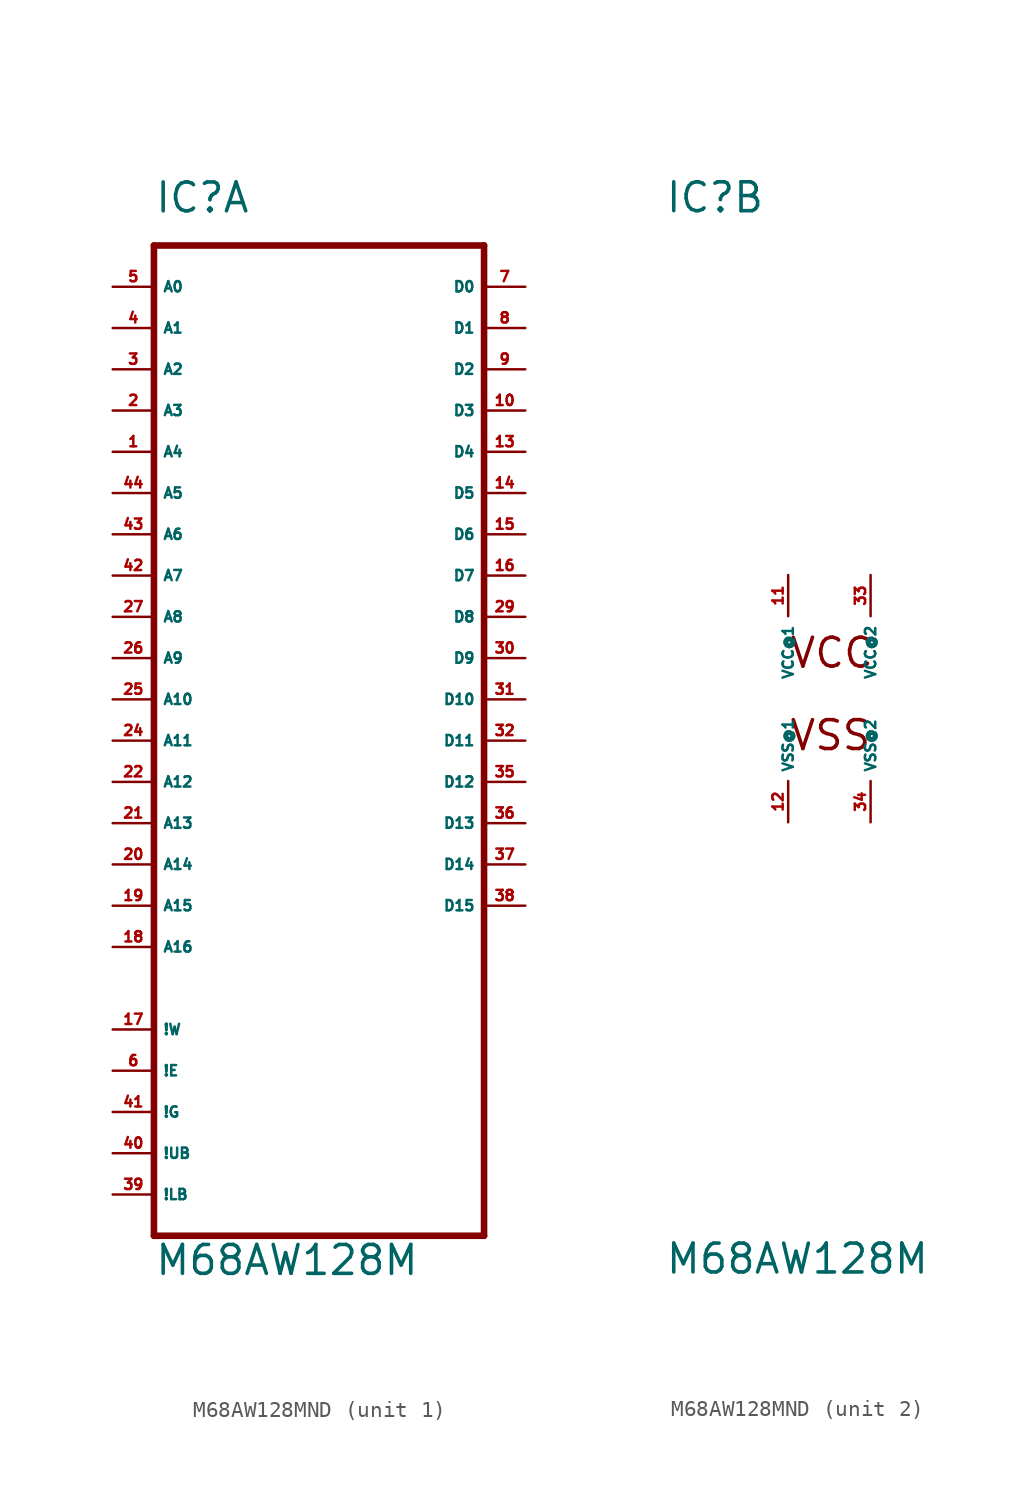
<source format=kicad_sym>
(kicad_symbol_lib
  (version 20220914)
  (generator Eagle2Kicad)
  (symbol "M68AW128MND"
    (property "Reference" "IC"
      (at -10.16 29.845 0)
      (effects (font (size 1.778 1.778) (thickness 0.22)) (justify left bottom)))
    (property "Value" "M68AW128M"
      (at -10.16 -35.56 0)
      (effects (font (size 1.778 1.778) (thickness 0.22)) (justify left bottom)))
    (symbol "M68AW128MND_1_0"
      (polyline (pts (xy -10.16 -33.02) (xy 10.16 -33.02)) (stroke (width 0.406) (type default)) (fill (type none)))
      (polyline (pts (xy 10.16 -33.02) (xy 10.16 27.94)) (stroke (width 0.406) (type default)) (fill (type none)))
      (polyline (pts (xy 10.16 27.94) (xy -10.16 27.94)) (stroke (width 0.406) (type default)) (fill (type none)))
      (polyline (pts (xy -10.16 27.94) (xy -10.16 -33.02)) (stroke (width 0.406) (type default)) (fill (type none)))
      (pin input line (at -12.7 -30.48 0) (length 2.54) (name "!LB" (effects (font (size 0.635 0.635) (thickness 0.08)) (justify left bottom))) (number "39" (effects (font (size 0.635 0.635) (thickness 0.08)) (justify left bottom))))
      (pin input line (at -12.7 -5.08 0) (length 2.54) (name "A12" (effects (font (size 0.635 0.635) (thickness 0.08)) (justify left bottom))) (number "22" (effects (font (size 0.635 0.635) (thickness 0.08)) (justify left bottom))))
      (pin input line (at -12.7 7.62 0) (length 2.54) (name "A7" (effects (font (size 0.635 0.635) (thickness 0.08)) (justify left bottom))) (number "42" (effects (font (size 0.635 0.635) (thickness 0.08)) (justify left bottom))))
      (pin input line (at -12.7 10.16 0) (length 2.54) (name "A6" (effects (font (size 0.635 0.635) (thickness 0.08)) (justify left bottom))) (number "43" (effects (font (size 0.635 0.635) (thickness 0.08)) (justify left bottom))))
      (pin input line (at -12.7 12.7 0) (length 2.54) (name "A5" (effects (font (size 0.635 0.635) (thickness 0.08)) (justify left bottom))) (number "44" (effects (font (size 0.635 0.635) (thickness 0.08)) (justify left bottom))))
      (pin input line (at -12.7 15.24 0) (length 2.54) (name "A4" (effects (font (size 0.635 0.635) (thickness 0.08)) (justify left bottom))) (number "1" (effects (font (size 0.635 0.635) (thickness 0.08)) (justify left bottom))))
      (pin input line (at -12.7 17.78 0) (length 2.54) (name "A3" (effects (font (size 0.635 0.635) (thickness 0.08)) (justify left bottom))) (number "2" (effects (font (size 0.635 0.635) (thickness 0.08)) (justify left bottom))))
      (pin input line (at -12.7 20.32 0) (length 2.54) (name "A2" (effects (font (size 0.635 0.635) (thickness 0.08)) (justify left bottom))) (number "3" (effects (font (size 0.635 0.635) (thickness 0.08)) (justify left bottom))))
      (pin input line (at -12.7 22.86 0) (length 2.54) (name "A1" (effects (font (size 0.635 0.635) (thickness 0.08)) (justify left bottom))) (number "4" (effects (font (size 0.635 0.635) (thickness 0.08)) (justify left bottom))))
      (pin input line (at -12.7 25.4 0) (length 2.54) (name "A0" (effects (font (size 0.635 0.635) (thickness 0.08)) (justify left bottom))) (number "5" (effects (font (size 0.635 0.635) (thickness 0.08)) (justify left bottom))))
      (pin tri_state line (at 12.7 25.4 180) (length 2.54) (name "D0" (effects (font (size 0.635 0.635) (thickness 0.08)) (justify left bottom))) (number "7" (effects (font (size 0.635 0.635) (thickness 0.08)) (justify left bottom))))
      (pin input line (at -12.7 -22.86 0) (length 2.54) (name "!E" (effects (font (size 0.635 0.635) (thickness 0.08)) (justify left bottom))) (number "6" (effects (font (size 0.635 0.635) (thickness 0.08)) (justify left bottom))))
      (pin input line (at -12.7 0 0) (length 2.54) (name "A10" (effects (font (size 0.635 0.635) (thickness 0.08)) (justify left bottom))) (number "25" (effects (font (size 0.635 0.635) (thickness 0.08)) (justify left bottom))))
      (pin input line (at -12.7 -27.94 0) (length 2.54) (name "!UB" (effects (font (size 0.635 0.635) (thickness 0.08)) (justify left bottom))) (number "40" (effects (font (size 0.635 0.635) (thickness 0.08)) (justify left bottom))))
      (pin input line (at -12.7 -2.54 0) (length 2.54) (name "A11" (effects (font (size 0.635 0.635) (thickness 0.08)) (justify left bottom))) (number "24" (effects (font (size 0.635 0.635) (thickness 0.08)) (justify left bottom))))
      (pin input line (at -12.7 2.54 0) (length 2.54) (name "A9" (effects (font (size 0.635 0.635) (thickness 0.08)) (justify left bottom))) (number "26" (effects (font (size 0.635 0.635) (thickness 0.08)) (justify left bottom))))
      (pin input line (at -12.7 5.08 0) (length 2.54) (name "A8" (effects (font (size 0.635 0.635) (thickness 0.08)) (justify left bottom))) (number "27" (effects (font (size 0.635 0.635) (thickness 0.08)) (justify left bottom))))
      (pin input line (at -12.7 -7.62 0) (length 2.54) (name "A13" (effects (font (size 0.635 0.635) (thickness 0.08)) (justify left bottom))) (number "21" (effects (font (size 0.635 0.635) (thickness 0.08)) (justify left bottom))))
      (pin input line (at -12.7 -10.16 0) (length 2.54) (name "A14" (effects (font (size 0.635 0.635) (thickness 0.08)) (justify left bottom))) (number "20" (effects (font (size 0.635 0.635) (thickness 0.08)) (justify left bottom))))
      (pin input line (at -12.7 -12.7 0) (length 2.54) (name "A15" (effects (font (size 0.635 0.635) (thickness 0.08)) (justify left bottom))) (number "19" (effects (font (size 0.635 0.635) (thickness 0.08)) (justify left bottom))))
      (pin input line (at -12.7 -15.24 0) (length 2.54) (name "A16" (effects (font (size 0.635 0.635) (thickness 0.08)) (justify left bottom))) (number "18" (effects (font (size 0.635 0.635) (thickness 0.08)) (justify left bottom))))
      (pin tri_state line (at 12.7 22.86 180) (length 2.54) (name "D1" (effects (font (size 0.635 0.635) (thickness 0.08)) (justify left bottom))) (number "8" (effects (font (size 0.635 0.635) (thickness 0.08)) (justify left bottom))))
      (pin tri_state line (at 12.7 20.32 180) (length 2.54) (name "D2" (effects (font (size 0.635 0.635) (thickness 0.08)) (justify left bottom))) (number "9" (effects (font (size 0.635 0.635) (thickness 0.08)) (justify left bottom))))
      (pin tri_state line (at 12.7 17.78 180) (length 2.54) (name "D3" (effects (font (size 0.635 0.635) (thickness 0.08)) (justify left bottom))) (number "10" (effects (font (size 0.635 0.635) (thickness 0.08)) (justify left bottom))))
      (pin tri_state line (at 12.7 15.24 180) (length 2.54) (name "D4" (effects (font (size 0.635 0.635) (thickness 0.08)) (justify left bottom))) (number "13" (effects (font (size 0.635 0.635) (thickness 0.08)) (justify left bottom))))
      (pin tri_state line (at 12.7 12.7 180) (length 2.54) (name "D5" (effects (font (size 0.635 0.635) (thickness 0.08)) (justify left bottom))) (number "14" (effects (font (size 0.635 0.635) (thickness 0.08)) (justify left bottom))))
      (pin tri_state line (at 12.7 10.16 180) (length 2.54) (name "D6" (effects (font (size 0.635 0.635) (thickness 0.08)) (justify left bottom))) (number "15" (effects (font (size 0.635 0.635) (thickness 0.08)) (justify left bottom))))
      (pin tri_state line (at 12.7 7.62 180) (length 2.54) (name "D7" (effects (font (size 0.635 0.635) (thickness 0.08)) (justify left bottom))) (number "16" (effects (font (size 0.635 0.635) (thickness 0.08)) (justify left bottom))))
      (pin tri_state line (at 12.7 5.08 180) (length 2.54) (name "D8" (effects (font (size 0.635 0.635) (thickness 0.08)) (justify left bottom))) (number "29" (effects (font (size 0.635 0.635) (thickness 0.08)) (justify left bottom))))
      (pin tri_state line (at 12.7 2.54 180) (length 2.54) (name "D9" (effects (font (size 0.635 0.635) (thickness 0.08)) (justify left bottom))) (number "30" (effects (font (size 0.635 0.635) (thickness 0.08)) (justify left bottom))))
      (pin tri_state line (at 12.7 0 180) (length 2.54) (name "D10" (effects (font (size 0.635 0.635) (thickness 0.08)) (justify left bottom))) (number "31" (effects (font (size 0.635 0.635) (thickness 0.08)) (justify left bottom))))
      (pin tri_state line (at 12.7 -2.54 180) (length 2.54) (name "D11" (effects (font (size 0.635 0.635) (thickness 0.08)) (justify left bottom))) (number "32" (effects (font (size 0.635 0.635) (thickness 0.08)) (justify left bottom))))
      (pin tri_state line (at 12.7 -5.08 180) (length 2.54) (name "D12" (effects (font (size 0.635 0.635) (thickness 0.08)) (justify left bottom))) (number "35" (effects (font (size 0.635 0.635) (thickness 0.08)) (justify left bottom))))
      (pin tri_state line (at 12.7 -7.62 180) (length 2.54) (name "D13" (effects (font (size 0.635 0.635) (thickness 0.08)) (justify left bottom))) (number "36" (effects (font (size 0.635 0.635) (thickness 0.08)) (justify left bottom))))
      (pin tri_state line (at 12.7 -10.16 180) (length 2.54) (name "D14" (effects (font (size 0.635 0.635) (thickness 0.08)) (justify left bottom))) (number "37" (effects (font (size 0.635 0.635) (thickness 0.08)) (justify left bottom))))
      (pin tri_state line (at 12.7 -12.7 180) (length 2.54) (name "D15" (effects (font (size 0.635 0.635) (thickness 0.08)) (justify left bottom))) (number "38" (effects (font (size 0.635 0.635) (thickness 0.08)) (justify left bottom))))
      (pin input line (at -12.7 -20.32 0) (length 2.54) (name "!W" (effects (font (size 0.635 0.635) (thickness 0.08)) (justify left bottom))) (number "17" (effects (font (size 0.635 0.635) (thickness 0.08)) (justify left bottom))))
      (pin input line (at -12.7 -25.4 0) (length 2.54) (name "!G" (effects (font (size 0.635 0.635) (thickness 0.08)) (justify left bottom))) (number "41" (effects (font (size 0.635 0.635) (thickness 0.08)) (justify left bottom)))))
    (symbol "M68AW128MND_2_0"
      (text "VSS" (at -2.54 -3.302 0) (effects (font (size 1.778 1.778) (thickness 0.22)) (justify left bottom)))
      (text "VCC" (at -2.54 1.778 0) (effects (font (size 1.778 1.778) (thickness 0.22)) (justify left bottom)))
      (pin unspecified line (at -2.54 7.62 270) (length 2.54) (name "VCC@1" (effects (font (size 0.635 0.635) (thickness 0.08)) (justify left bottom))) (number "11" (effects (font (size 0.635 0.635) (thickness 0.08)) (justify left bottom))))
      (pin unspecified line (at 2.54 7.62 270) (length 2.54) (name "VCC@2" (effects (font (size 0.635 0.635) (thickness 0.08)) (justify left bottom))) (number "33" (effects (font (size 0.635 0.635) (thickness 0.08)) (justify left bottom))))
      (pin unspecified line (at -2.54 -7.62 90) (length 2.54) (name "VSS@1" (effects (font (size 0.635 0.635) (thickness 0.08)) (justify left bottom))) (number "12" (effects (font (size 0.635 0.635) (thickness 0.08)) (justify left bottom))))
      (pin unspecified line (at 2.54 -7.62 90) (length 2.54) (name "VSS@2" (effects (font (size 0.635 0.635) (thickness 0.08)) (justify left bottom))) (number "34" (effects (font (size 0.635 0.635) (thickness 0.08)) (justify left bottom)))))))
</source>
